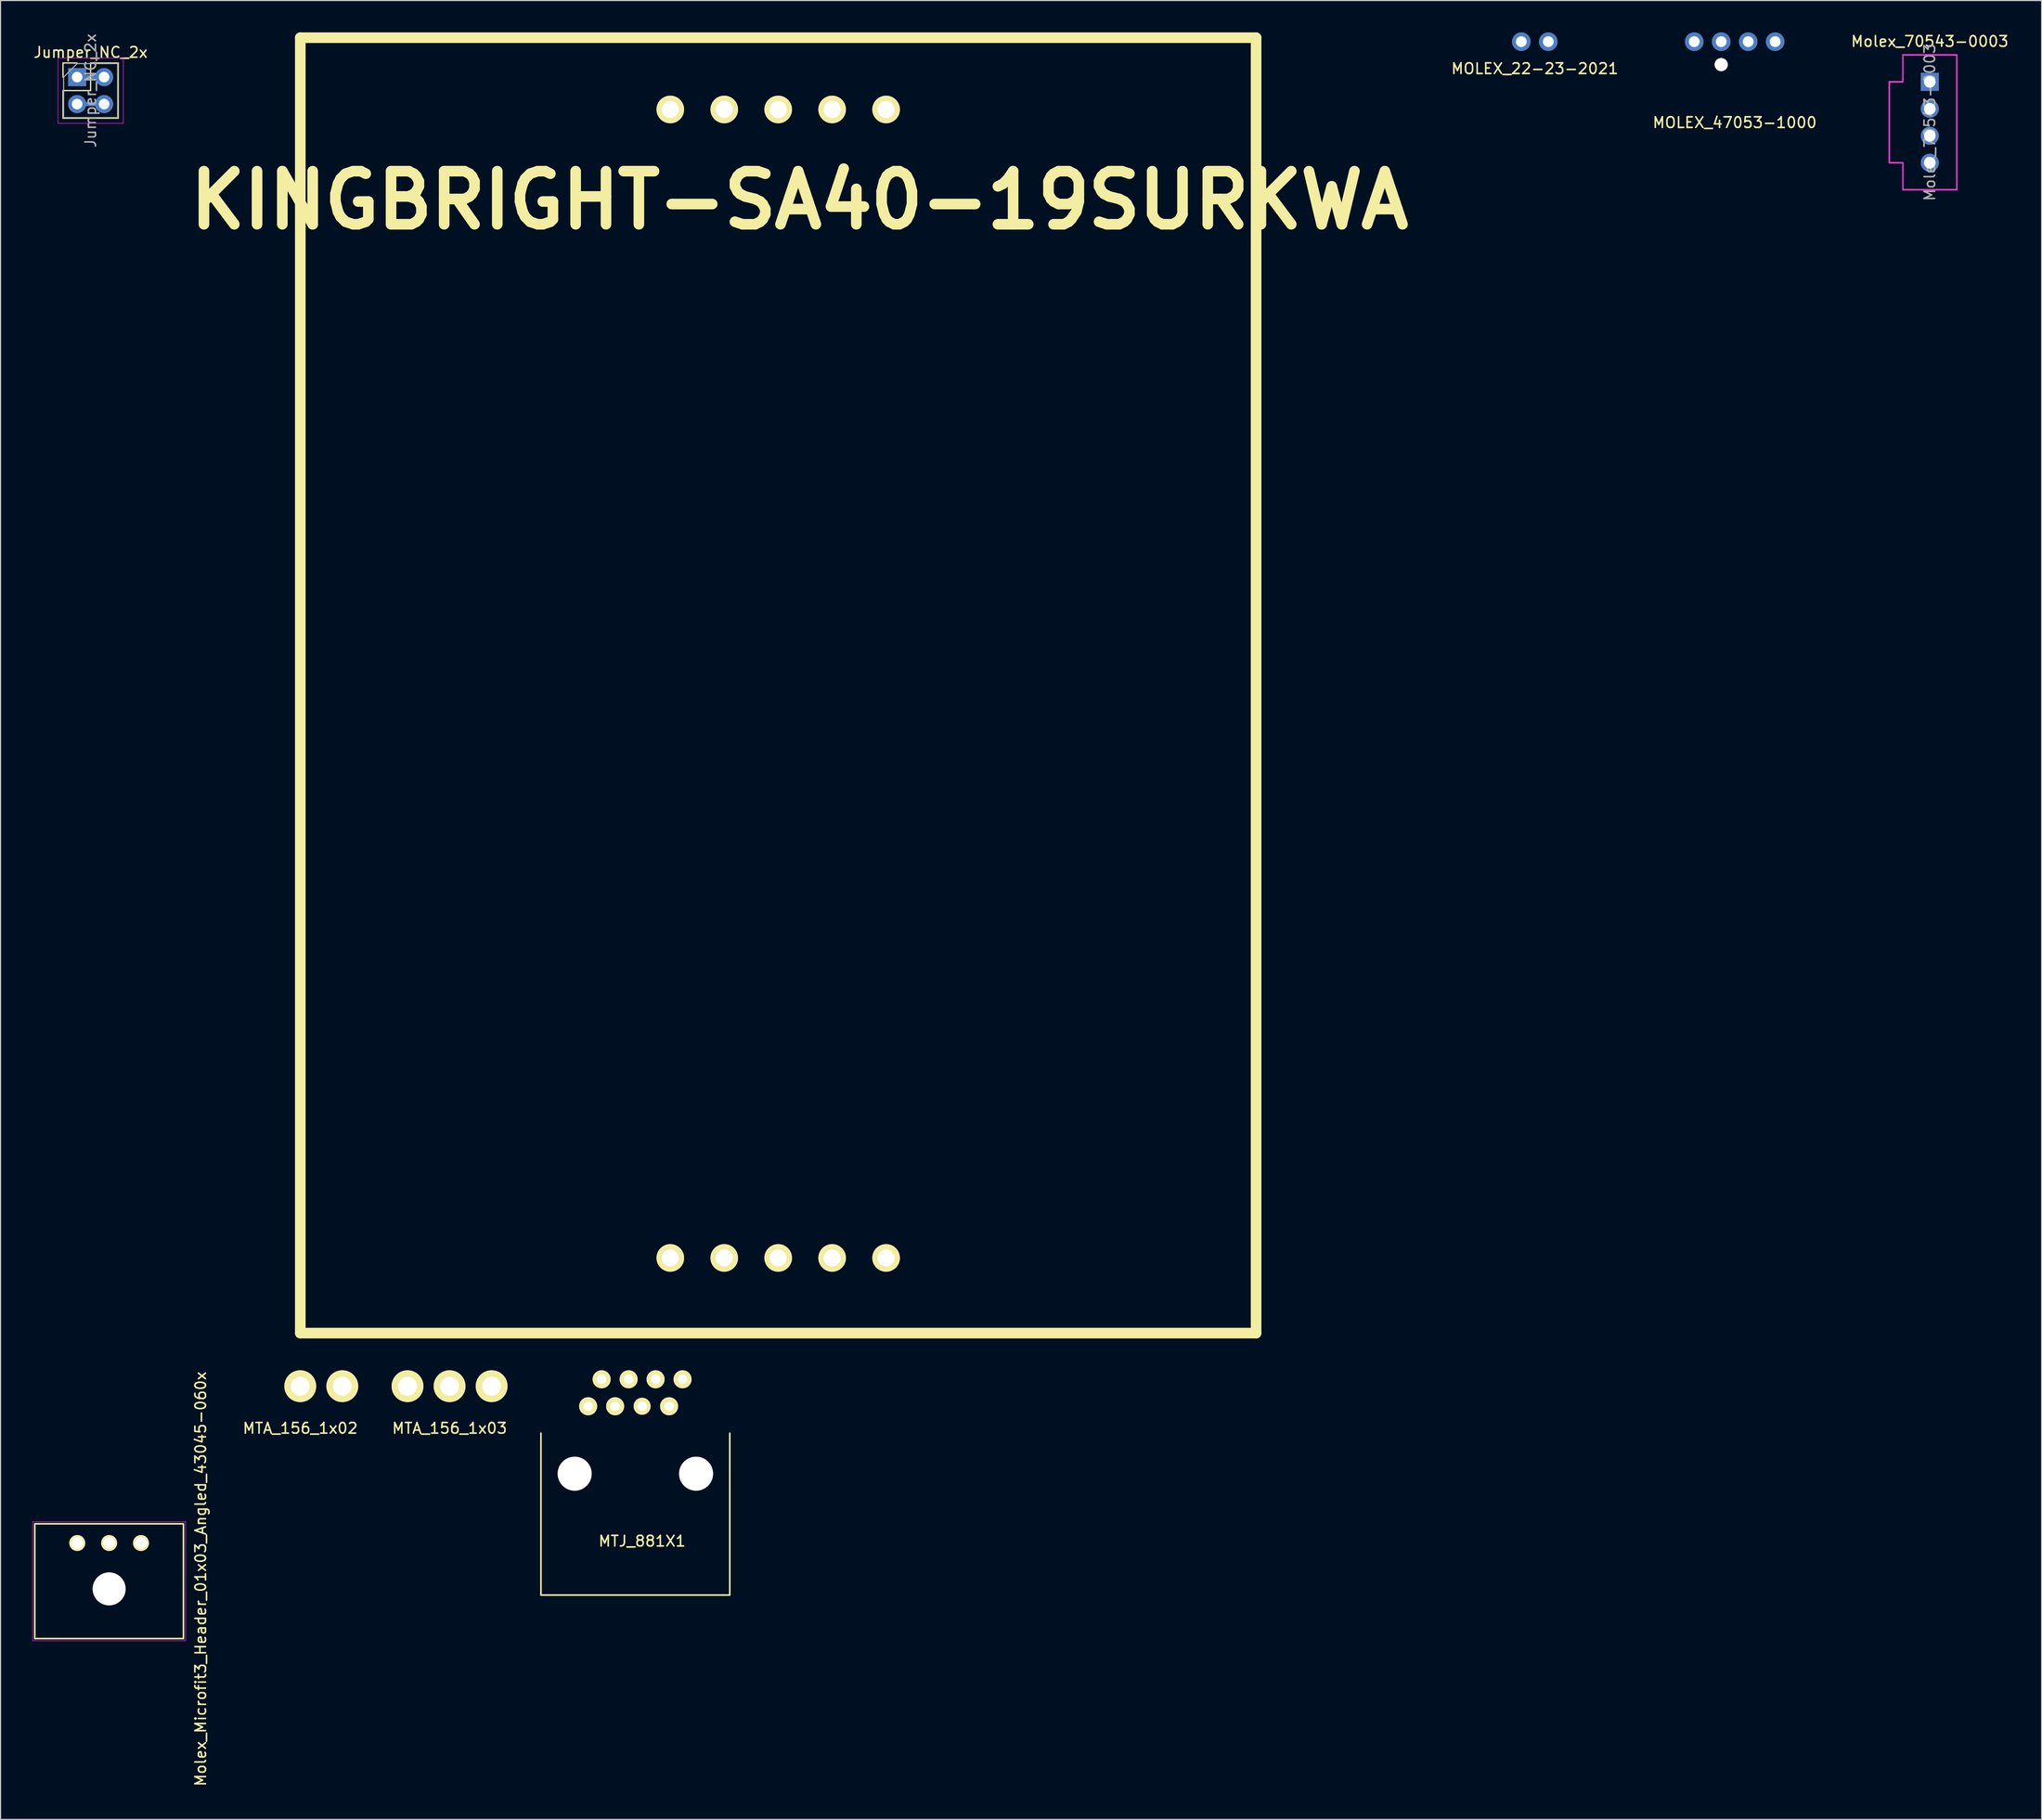
<source format=kicad_pcb>
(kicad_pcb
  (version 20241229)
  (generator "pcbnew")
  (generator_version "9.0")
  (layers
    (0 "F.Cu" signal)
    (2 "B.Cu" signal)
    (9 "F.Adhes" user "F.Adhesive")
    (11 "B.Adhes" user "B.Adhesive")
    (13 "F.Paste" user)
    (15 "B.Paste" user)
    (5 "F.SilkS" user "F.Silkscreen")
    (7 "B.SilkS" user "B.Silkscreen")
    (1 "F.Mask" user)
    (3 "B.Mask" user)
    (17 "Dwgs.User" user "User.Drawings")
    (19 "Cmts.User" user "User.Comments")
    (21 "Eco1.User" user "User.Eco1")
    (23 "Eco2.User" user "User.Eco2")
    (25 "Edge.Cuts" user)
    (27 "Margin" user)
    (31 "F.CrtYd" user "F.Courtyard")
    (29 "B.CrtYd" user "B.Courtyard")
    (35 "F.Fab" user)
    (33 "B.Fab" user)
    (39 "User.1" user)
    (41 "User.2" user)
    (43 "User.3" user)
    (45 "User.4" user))
  (footprint "KINGBRIGHT-SA40-19SURKWA"
    (layer "F.Cu")
    (at 70.226 61.5)
    (property "Reference" "KINGBRIGHT-SA40-19SURKWA" (at 2 -45.69 0) (layer "F.SilkS") (effects (font (size 5 5) (thickness 1))))
    (attr through_hole)
    (fp_line (start -45 -61) (end -45 61) (stroke (width 1) (type solid)) (layer "F.SilkS"))
    (fp_line (start -45 -61) (end 45 -61) (stroke (width 1) (type solid)) (layer "F.SilkS"))
    (fp_line (start -45 61) (end 45 61) (stroke (width 1) (type solid)) (layer "F.SilkS"))
    (fp_line (start -33 -61) (end -32 -61) (stroke (width 0.15) (type solid)) (layer "F.SilkS"))
    (fp_line (start 45 -61) (end 45 61) (stroke (width 1) (type solid)) (layer "F.SilkS"))
    (fp_line (start 45 -45) (end 45 -42) (stroke (width 0.15) (type solid)) (layer "F.SilkS"))
    (pad "1" thru_hole circle (at -10.16 53.92) (size 2.6 2.6) (drill 1.6) (layers "*.Cu" "*.Mask" "F.SilkS"))
    (pad "2" thru_hole circle (at -5.08 53.92) (size 2.6 2.6) (drill 1.6) (layers "*.Cu" "*.Mask" "F.SilkS"))
    (pad "3" thru_hole circle (at 0 53.92) (size 2.6 2.6) (drill 1.6) (layers "*.Cu" "*.Mask" "F.SilkS"))
    (pad "4" thru_hole circle (at 5.08 53.92) (size 2.6 2.6) (drill 1.6) (layers "*.Cu" "*.Mask" "F.SilkS"))
    (pad "5" thru_hole circle (at 10.16 53.92) (size 2.6 2.6) (drill 1.6) (layers "*.Cu" "*.Mask" "F.SilkS"))
    (pad "6" thru_hole circle (at 10.16 -54.24) (size 2.6 2.6) (drill 1.6) (layers "*.Cu" "*.Mask" "F.SilkS"))
    (pad "7" thru_hole circle (at 5.08 -54.24) (size 2.6 2.6) (drill 1.6) (layers "*.Cu" "*.Mask" "F.SilkS"))
    (pad "8" thru_hole circle (at 0 -54.24) (size 2.6 2.6) (drill 1.6) (layers "*.Cu" "*.Mask" "F.SilkS"))
    (pad "9" thru_hole circle (at -5.08 -54.24) (size 2.6 2.6) (drill 1.6) (layers "*.Cu" "*.Mask" "F.SilkS"))
    (pad "10" thru_hole circle (at -10.16 -54.24) (size 2.6 2.6) (drill 1.6) (layers "*.Cu" "*.Mask" "F.SilkS")))
  (footprint "MTA_156_1x02"
    (layer "F.Cu")
    (at 29.183 127.5)
    (property "Reference" "MTA_156_1x02" (at -3.96 3.96 0) (layer "F.SilkS") (effects (font (size 1 1) (thickness 0.15))))
    (attr through_hole)
    (pad "1" thru_hole circle (at -3.96 0) (size 3 3) (drill 1.78) (layers "*.Cu" "*.Mask" "F.SilkS"))
    (pad "2" thru_hole circle (at 0 0) (size 3 3) (drill 1.78) (layers "*.Cu" "*.Mask" "F.SilkS")))
  (footprint "MTA_156_1x03"
    (layer "F.Cu")
    (at 39.283 127.5)
    (property "Reference" "MTA_156_1x03" (at 0 3.96 0) (layer "F.SilkS") (effects (font (size 1 1) (thickness 0.15))))
    (attr through_hole)
    (pad "1" thru_hole circle (at -3.96 0) (size 3 3) (drill 1.78) (layers "*.Cu" "*.Mask" "F.SilkS"))
    (pad "2" thru_hole circle (at 0 0) (size 3 3) (drill 1.78) (layers "*.Cu" "*.Mask" "F.SilkS"))
    (pad "3" thru_hole circle (at 3.96 0) (size 3 3) (drill 1.78) (layers "*.Cu" "*.Mask" "F.SilkS")))
  (footprint "Molex_Microfit3_Header_01x03_Angled_43045-060x"
    (layer "F.Cu")
    (at 10.225 144.809)
    (property "Reference" "Molex_Microfit3_Header_01x03_Angled_43045-060x" (at 5.62 0.84 270) (layer "F.SilkS") (effects (font (size 1 1) (thickness 0.15))))
    (attr through_hole)
    (fp_line (start -10 -4.35) (end 4 -4.35) (stroke (width 0.15) (type solid)) (layer "F.SilkS"))
    (fp_line (start -10 6.46) (end -10 -4.29) (stroke (width 0.15) (type solid)) (layer "F.SilkS"))
    (fp_line (start 4 -4.29) (end 4 6.46) (stroke (width 0.15) (type solid)) (layer "F.SilkS"))
    (fp_line (start 4 6.46) (end -10 6.46) (stroke (width 0.15) (type solid)) (layer "F.SilkS"))
    (fp_line (start -10.2 -4.54) (end -10.2 6.66) (stroke (width 0.05) (type solid)) (layer "F.CrtYd"))
    (fp_line (start -10.2 6.66) (end 4.2 6.66) (stroke (width 0.05) (type solid)) (layer "F.CrtYd"))
    (fp_line (start 4.2 -4.55) (end -10.2 -4.55) (stroke (width 0.05) (type solid)) (layer "F.CrtYd"))
    (fp_line (start 4.2 6.66) (end 4.2 -4.54) (stroke (width 0.05) (type solid)) (layer "F.CrtYd"))
    (pad "" np_thru_hole circle (at -3 1.78) (size 3.1 3.1) (drill 3.1) (layers "*.Cu" "*.Mask" "F.SilkS"))
    (pad "1" thru_hole circle (at 0 -2.54) (size 1.5 1.5) (drill 1.1) (layers "*.Cu" "*.Mask" "F.SilkS"))
    (pad "2" thru_hole circle (at -3 -2.54) (size 1.5 1.5) (drill 1.1) (layers "*.Cu" "*.Mask" "F.SilkS"))
    (pad "3" thru_hole circle (at -6 -2.54) (size 1.5 1.5) (drill 1.1) (layers "*.Cu" "*.Mask" "F.SilkS")))
  (footprint "MOLEX_22-23-2021"
    (layer "F.Cu")
    (at 141.47 0.875)
    (property "Reference" "MOLEX_22-23-2021" (at 0 2.54 0) (layer "F.SilkS") (effects (font (size 1 1) (thickness 0.15))))
    (attr through_hole)
    (pad "1" thru_hole circle (at -1.27 0) (size 1.75 1.75) (drill 1.02) (layers "*.Cu" "*.Mask"))
    (pad "2" thru_hole circle (at 1.27 0) (size 1.75 1.75) (drill 1.02) (layers "*.Cu" "*.Mask")))
  (footprint "MOLEX_47053-1000"
    (layer "F.Cu")
    (at 160.292 0.875)
    (property "Reference" "MOLEX_47053-1000" (at 0 7.62 0) (layer "F.SilkS") (effects (font (size 1 1) (thickness 0.15))))
    (attr through_hole)
    (pad "" np_thru_hole circle (at -1.27 2.16) (size 1.25 1.25) (drill 1.25) (layers "*.Mask" "F.Cu"))
    (pad "1" thru_hole circle (at -3.81 0) (size 1.75 1.75) (drill 1.02) (layers "*.Cu" "*.Mask"))
    (pad "2" thru_hole circle (at -1.27 0) (size 1.75 1.75) (drill 1.02) (layers "*.Cu" "*.Mask"))
    (pad "3" thru_hole circle (at 1.27 0) (size 1.75 1.75) (drill 1.02) (layers "*.Cu" "*.Mask"))
    (pad "4" thru_hole circle (at 3.81 0) (size 1.75 1.75) (drill 1.02) (layers "*.Cu" "*.Mask")))
  (footprint "Jumper_NC_2x"
    (layer "F.Cu")
    (at 4.212 4.212)
    (property "Reference" "Jumper_NC_2x" (at 1.27 -2.33 0) (layer "F.SilkS") (effects (font (size 1 1) (thickness 0.15))))
    (attr through_hole)
    (fp_line (start -1.33 -1.33) (end 0 -1.33) (stroke (width 0.12) (type solid)) (layer "F.SilkS"))
    (fp_line (start -1.33 0) (end -1.33 -1.33) (stroke (width 0.12) (type solid)) (layer "F.SilkS"))
    (fp_line (start -1.33 1.27) (end -1.33 3.87) (stroke (width 0.12) (type solid)) (layer "F.SilkS"))
    (fp_line (start -1.33 1.27) (end 1.27 1.27) (stroke (width 0.12) (type solid)) (layer "F.SilkS"))
    (fp_line (start -1.33 3.87) (end 3.87 3.87) (stroke (width 0.12) (type solid)) (layer "F.SilkS"))
    (fp_line (start 1.27 -1.33) (end 3.87 -1.33) (stroke (width 0.12) (type solid)) (layer "F.SilkS"))
    (fp_line (start 1.27 1.27) (end 1.27 -1.33) (stroke (width 0.12) (type solid)) (layer "F.SilkS"))
    (fp_line (start 3.87 -1.33) (end 3.87 3.87) (stroke (width 0.12) (type solid)) (layer "F.SilkS"))
    (fp_line (start -1.8 -1.8) (end -1.8 4.35) (stroke (width 0.05) (type solid)) (layer "F.CrtYd"))
    (fp_line (start -1.8 4.35) (end 4.35 4.35) (stroke (width 0.05) (type solid)) (layer "F.CrtYd"))
    (fp_line (start 4.35 -1.8) (end -1.8 -1.8) (stroke (width 0.05) (type solid)) (layer "F.CrtYd"))
    (fp_line (start 4.35 4.35) (end 4.35 -1.8) (stroke (width 0.05) (type solid)) (layer "F.CrtYd"))
    (fp_line (start -1.27 0) (end 0 -1.27) (stroke (width 0.1) (type solid)) (layer "F.Fab"))
    (fp_line (start -1.27 3.81) (end -1.27 0) (stroke (width 0.1) (type solid)) (layer "F.Fab"))
    (fp_line (start 0 -1.27) (end 3.81 -1.27) (stroke (width 0.1) (type solid)) (layer "F.Fab"))
    (fp_line (start 3.81 -1.27) (end 3.81 3.81) (stroke (width 0.1) (type solid)) (layer "F.Fab"))
    (fp_line (start 3.81 3.81) (end -1.27 3.81) (stroke (width 0.1) (type solid)) (layer "F.Fab"))
    (fp_text user "${REFERENCE}" (at 1.27 1.27 90) (layer "F.Fab") (effects (font (size 1 1) (thickness 0.15))))
    (pad "" smd rect (at 1.27 0) (size 1.5 0.4) (layers "B.Cu" "B.Mask"))
    (pad "" smd rect (at 1.27 2.54) (size 1.524 0.4) (layers "B.Cu" "B.Mask"))
    (pad "1" thru_hole rect (at 0 0) (size 1.7 1.7) (drill 1) (layers "*.Cu" "*.Mask"))
    (pad "2" thru_hole oval (at 2.54 0) (size 1.7 1.7) (drill 1) (layers "*.Cu" "*.Mask"))
    (pad "3" thru_hole oval (at 0 2.54) (size 1.7 1.7) (drill 1) (layers "*.Cu" "*.Mask"))
    (pad "4" thru_hole oval (at 2.54 2.54) (size 1.7 1.7) (drill 1) (layers "*.Cu" "*.Mask")))
  (footprint "MTJ_881X1"
    (layer "F.Cu")
    (at 57.412 129.39)
    (property "Reference" "MTJ_881X1" (at 0 12.7 0) (layer "F.SilkS") (effects (font (size 1 1) (thickness 0.15))))
    (attr through_hole)
    (fp_line (start -9.525 2.54) (end -9.525 17.78) (stroke (width 0.15) (type solid)) (layer "F.SilkS"))
    (fp_line (start -9.525 17.78) (end -8.89 17.78) (stroke (width 0.15) (type solid)) (layer "F.SilkS"))
    (fp_line (start 7.62 17.78) (end -8.89 17.78) (stroke (width 0.15) (type solid)) (layer "F.SilkS"))
    (fp_line (start 8.255 2.54) (end 8.255 17.78) (stroke (width 0.15) (type solid)) (layer "F.SilkS"))
    (fp_line (start 8.255 17.78) (end 7.62 17.78) (stroke (width 0.15) (type solid)) (layer "F.SilkS"))
    (pad "" np_thru_hole circle (at -6.35 6.35) (size 3.2 3.2) (drill 3.2) (layers "*.Cu" "*.Mask" "F.SilkS"))
    (pad "" np_thru_hole circle (at 5.08 6.35) (size 3.2 3.2) (drill 3.2) (layers "*.Cu" "*.Mask" "F.SilkS"))
    (pad "1" thru_hole circle (at -5.08 0) (size 1.7 1.7) (drill 0.9) (layers "*.Cu" "*.Mask" "F.SilkS"))
    (pad "2" thru_hole circle (at -3.81 -2.54) (size 1.7 1.7) (drill 0.9) (layers "*.Cu" "*.Mask" "F.SilkS"))
    (pad "3" thru_hole circle (at -2.54 0) (size 1.7 1.7) (drill 0.9) (layers "*.Cu" "*.Mask" "F.SilkS"))
    (pad "4" thru_hole circle (at -1.27 -2.54) (size 1.7 1.7) (drill 0.9) (layers "*.Cu" "*.Mask" "F.SilkS"))
    (pad "5" thru_hole circle (at 0 0) (size 1.6 1.6) (drill 0.9) (layers "*.Cu" "*.Mask" "F.SilkS"))
    (pad "6" thru_hole circle (at 1.27 -2.54) (size 1.7 1.7) (drill 0.9) (layers "*.Cu" "*.Mask" "F.SilkS"))
    (pad "7" thru_hole circle (at 2.54 0) (size 1.7 1.7) (drill 0.9) (layers "*.Cu" "*.Mask" "F.SilkS"))
    (pad "8" thru_hole circle (at 3.81 -2.54) (size 1.7 1.7) (drill 0.9) (layers "*.Cu" "*.Mask" "F.SilkS")))
  (footprint "Molex_70543-0003"
    (layer "F.Cu")
    (at 178.661 4.658)
    (property "Reference" "Molex_70543-0003" (at 0 -3.81 0) (layer "F.SilkS") (effects (font (size 1 1) (thickness 0.15))))
    (attr through_hole)
    (fp_line (start -3.81 0) (end -2.54 0) (stroke (width 0.12) (type solid)) (layer "F.SilkS"))
    (fp_line (start -3.81 7.62) (end -3.81 0) (stroke (width 0.12) (type solid)) (layer "F.SilkS"))
    (fp_line (start -2.54 -2.54) (end 2.54 -2.54) (stroke (width 0.12) (type solid)) (layer "F.SilkS"))
    (fp_line (start -2.54 0) (end -2.54 -2.54) (stroke (width 0.12) (type solid)) (layer "F.SilkS"))
    (fp_line (start -2.54 7.62) (end -3.81 7.62) (stroke (width 0.12) (type solid)) (layer "F.SilkS"))
    (fp_line (start -2.54 10.16) (end -2.54 7.62) (stroke (width 0.12) (type solid)) (layer "F.SilkS"))
    (fp_line (start 2.54 -2.54) (end 2.54 10.16) (stroke (width 0.12) (type solid)) (layer "F.SilkS"))
    (fp_line (start 2.54 10.16) (end -2.54 10.16) (stroke (width 0.12) (type solid)) (layer "F.SilkS"))
    (fp_line (start -3.81 0) (end -3.81 7.62) (stroke (width 0.12) (type solid)) (layer "F.CrtYd"))
    (fp_line (start -3.81 7.62) (end -2.54 7.62) (stroke (width 0.12) (type solid)) (layer "F.CrtYd"))
    (fp_line (start -2.54 -2.54) (end -2.54 0) (stroke (width 0.12) (type solid)) (layer "F.CrtYd"))
    (fp_line (start -2.54 0) (end -3.81 0) (stroke (width 0.12) (type solid)) (layer "F.CrtYd"))
    (fp_line (start -2.54 7.62) (end -2.54 10.16) (stroke (width 0.12) (type solid)) (layer "F.CrtYd"))
    (fp_line (start -2.54 10.16) (end 2.54 10.16) (stroke (width 0.12) (type solid)) (layer "F.CrtYd"))
    (fp_line (start 2.54 -2.54) (end -2.54 -2.54) (stroke (width 0.12) (type solid)) (layer "F.CrtYd"))
    (fp_line (start 2.54 10.16) (end 2.54 -2.54) (stroke (width 0.12) (type solid)) (layer "F.CrtYd"))
    (fp_text user "${REFERENCE}" (at 0 3.81 90) (layer "F.Fab") (effects (font (size 1 1) (thickness 0.15))))
    (pad "1" thru_hole rect (at 0 0) (size 1.7 1.7) (drill 1.1) (layers "*.Cu" "*.Mask"))
    (pad "2" thru_hole oval (at 0 2.54) (size 1.7 1.7) (drill 1.1) (layers "*.Cu" "*.Mask"))
    (pad "3" thru_hole oval (at 0 5.08) (size 1.7 1.7) (drill 1.1) (layers "*.Cu" "*.Mask"))
    (pad "4" thru_hole oval (at 0 7.62) (size 1.7 1.7) (drill 1.1) (layers "*.Cu" "*.Mask")))
  (gr_rect
    (start -3 -3)
    (end 189.19 168.298)
    (stroke (width 0.1) (type default))
    (fill no)
    (layer "Edge.Cuts")))
</source>
